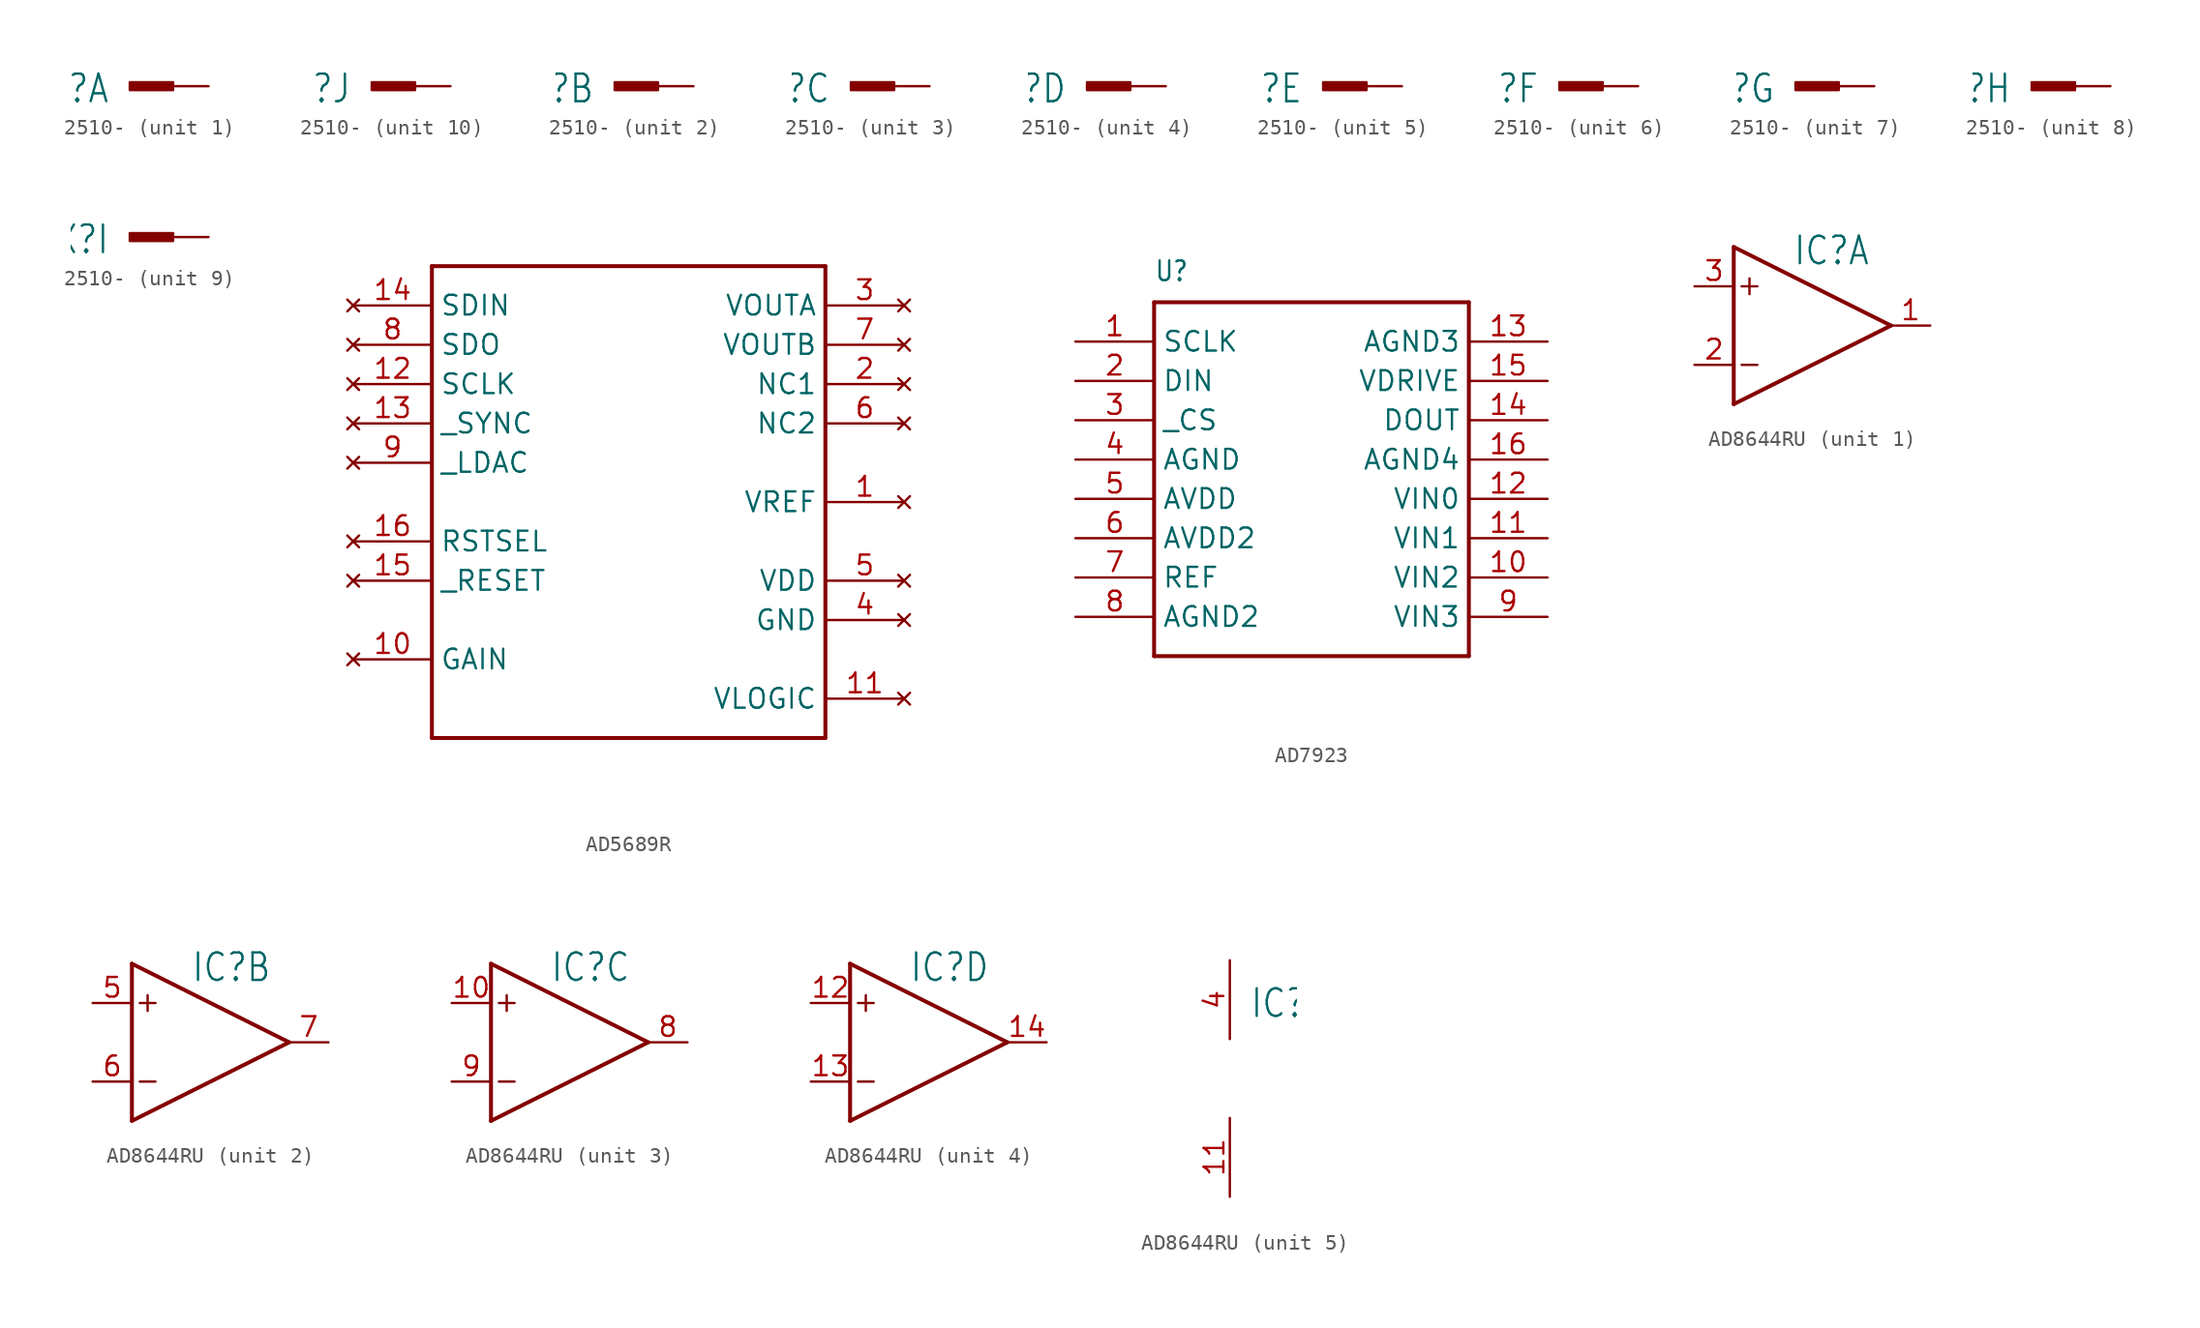
<source format=kicad_sym>
(kicad_symbol_lib
  (version 20231120)
  (generator "kicad_symbol_editor")
  (generator_version "8.0")
  (symbol "2510-"
    (property "Reference" "X"
      (at -1.27 0.889 0)
      (effects (font (size 1.778 1.511)) (justify right top)))
    (property "ki_locked" ""
      (at 0 0 0)
      (effects (font (size 1.27 1.27))))
    (symbol "2510-_1_0"
      (rectangle (start 0 -0.254) (end 2.794 0.254) (stroke (width 0) (type default)) (fill (type outline)))
      (pin passive line (at 5.08 0 180) (length 2.54) (name "KL" (effects (font (size 0 0)))) (number "1" (effects (font (size 0 0))))))
    (symbol "2510-_2_0"
      (rectangle (start 0 -0.254) (end 2.794 0.254) (stroke (width 0) (type default)) (fill (type outline)))
      (pin passive line (at 5.08 0 180) (length 2.54) (name "KL" (effects (font (size 0 0)))) (number "2" (effects (font (size 0 0))))))
    (symbol "2510-_3_0"
      (rectangle (start 0 -0.254) (end 2.794 0.254) (stroke (width 0) (type default)) (fill (type outline)))
      (pin passive line (at 5.08 0 180) (length 2.54) (name "KL" (effects (font (size 0 0)))) (number "3" (effects (font (size 0 0))))))
    (symbol "2510-_4_0"
      (rectangle (start 0 -0.254) (end 2.794 0.254) (stroke (width 0) (type default)) (fill (type outline)))
      (pin passive line (at 5.08 0 180) (length 2.54) (name "KL" (effects (font (size 0 0)))) (number "4" (effects (font (size 0 0))))))
    (symbol "2510-_5_0"
      (rectangle (start 0 -0.254) (end 2.794 0.254) (stroke (width 0) (type default)) (fill (type outline)))
      (pin passive line (at 5.08 0 180) (length 2.54) (name "KL" (effects (font (size 0 0)))) (number "5" (effects (font (size 0 0))))))
    (symbol "2510-_6_0"
      (rectangle (start 0 -0.254) (end 2.794 0.254) (stroke (width 0) (type default)) (fill (type outline)))
      (pin passive line (at 5.08 0 180) (length 2.54) (name "KL" (effects (font (size 0 0)))) (number "6" (effects (font (size 0 0))))))
    (symbol "2510-_7_0"
      (rectangle (start 0 -0.254) (end 2.794 0.254) (stroke (width 0) (type default)) (fill (type outline)))
      (pin passive line (at 5.08 0 180) (length 2.54) (name "KL" (effects (font (size 0 0)))) (number "7" (effects (font (size 0 0))))))
    (symbol "2510-_8_0"
      (rectangle (start 0 -0.254) (end 2.794 0.254) (stroke (width 0) (type default)) (fill (type outline)))
      (pin passive line (at 5.08 0 180) (length 2.54) (name "KL" (effects (font (size 0 0)))) (number "8" (effects (font (size 0 0))))))
    (symbol "2510-_9_0"
      (rectangle (start 0 -0.254) (end 2.794 0.254) (stroke (width 0) (type default)) (fill (type outline)))
      (pin passive line (at 5.08 0 180) (length 2.54) (name "KL" (effects (font (size 0 0)))) (number "9" (effects (font (size 0 0))))))
    (symbol "2510-_10_0"
      (rectangle (start 0 -0.254) (end 2.794 0.254) (stroke (width 0) (type default)) (fill (type outline)))
      (pin passive line (at 5.08 0 180) (length 2.54) (name "KL" (effects (font (size 0 0)))) (number "10" (effects (font (size 0 0)))))))
  (symbol "AD5689R"
    (property "Reference" ""
      (at -25.4 21.59 0)
      (effects (font (size 1.27 1.079)) (justify left bottom) (hide yes)))
    (property "Value" ""
      (at -25.4 -12.7 0)
      (effects (font (size 1.27 1.079)) (justify left bottom)))
    (property "ki_locked" ""
      (at 0 0 0)
      (effects (font (size 1.27 1.27))))
    (symbol "AD5689R_1_0"
      (polyline (pts (xy -25.4 -10.16) (xy -25.4 20.32)) (stroke (width 0.254) (type solid)) (fill (type none)))
      (polyline (pts (xy -25.4 20.32) (xy 0 20.32)) (stroke (width 0.254) (type solid)) (fill (type none)))
      (polyline (pts (xy 0 -10.16) (xy -25.4 -10.16)) (stroke (width 0.254) (type solid)) (fill (type none)))
      (polyline (pts (xy 0 20.32) (xy 0 -10.16)) (stroke (width 0.254) (type solid)) (fill (type none)))
      (pin no_connect line (at 5.08 5.08 180) (length 5.08) (name "VREF" (effects (font (size 1.27 1.27)))) (number "1" (effects (font (size 1.27 1.27)))))
      (pin no_connect line (at -30.48 -5.08 0) (length 5.08) (name "GAIN" (effects (font (size 1.27 1.27)))) (number "10" (effects (font (size 1.27 1.27)))))
      (pin no_connect line (at 5.08 -7.62 180) (length 5.08) (name "VLOGIC" (effects (font (size 1.27 1.27)))) (number "11" (effects (font (size 1.27 1.27)))))
      (pin no_connect line (at -30.48 12.7 0) (length 5.08) (name "SCLK" (effects (font (size 1.27 1.27)))) (number "12" (effects (font (size 1.27 1.27)))))
      (pin no_connect line (at -30.48 10.16 0) (length 5.08) (name "_SYNC" (effects (font (size 1.27 1.27)))) (number "13" (effects (font (size 1.27 1.27)))))
      (pin no_connect line (at -30.48 17.78 0) (length 5.08) (name "SDIN" (effects (font (size 1.27 1.27)))) (number "14" (effects (font (size 1.27 1.27)))))
      (pin no_connect line (at -30.48 0 0) (length 5.08) (name "_RESET" (effects (font (size 1.27 1.27)))) (number "15" (effects (font (size 1.27 1.27)))))
      (pin no_connect line (at -30.48 2.54 0) (length 5.08) (name "RSTSEL" (effects (font (size 1.27 1.27)))) (number "16" (effects (font (size 1.27 1.27)))))
      (pin no_connect line (at 5.08 12.7 180) (length 5.08) (name "NC1" (effects (font (size 1.27 1.27)))) (number "2" (effects (font (size 1.27 1.27)))))
      (pin no_connect line (at 5.08 17.78 180) (length 5.08) (name "VOUTA" (effects (font (size 1.27 1.27)))) (number "3" (effects (font (size 1.27 1.27)))))
      (pin no_connect line (at 5.08 -2.54 180) (length 5.08) (name "GND" (effects (font (size 1.27 1.27)))) (number "4" (effects (font (size 1.27 1.27)))))
      (pin no_connect line (at 5.08 0 180) (length 5.08) (name "VDD" (effects (font (size 1.27 1.27)))) (number "5" (effects (font (size 1.27 1.27)))))
      (pin no_connect line (at 5.08 10.16 180) (length 5.08) (name "NC2" (effects (font (size 1.27 1.27)))) (number "6" (effects (font (size 1.27 1.27)))))
      (pin no_connect line (at 5.08 15.24 180) (length 5.08) (name "VOUTB" (effects (font (size 1.27 1.27)))) (number "7" (effects (font (size 1.27 1.27)))))
      (pin no_connect line (at -30.48 15.24 0) (length 5.08) (name "SDO" (effects (font (size 1.27 1.27)))) (number "8" (effects (font (size 1.27 1.27)))))
      (pin no_connect line (at -30.48 7.62 0) (length 5.08) (name "_LDAC" (effects (font (size 1.27 1.27)))) (number "9" (effects (font (size 1.27 1.27)))))))
  (symbol "AD7923"
    (property "Reference" "U"
      (at -10.16 11.43 0)
      (effects (font (size 1.27 1.079)) (justify left bottom)))
    (property "Value" ""
      (at -10.16 -15.24 0)
      (effects (font (size 1.27 1.079)) (justify left bottom)))
    (property "ki_locked" ""
      (at 0 0 0)
      (effects (font (size 1.27 1.27))))
    (symbol "AD7923_1_0"
      (polyline (pts (xy -10.16 -12.7) (xy 10.16 -12.7)) (stroke (width 0.254) (type solid)) (fill (type none)))
      (polyline (pts (xy -10.16 10.16) (xy -10.16 -12.7)) (stroke (width 0.254) (type solid)) (fill (type none)))
      (polyline (pts (xy 10.16 -12.7) (xy 10.16 10.16)) (stroke (width 0.254) (type solid)) (fill (type none)))
      (polyline (pts (xy 10.16 10.16) (xy -10.16 10.16)) (stroke (width 0.254) (type solid)) (fill (type none)))
      (pin bidirectional line (at -15.24 7.62 0) (length 5.08) (name "SCLK" (effects (font (size 1.27 1.27)))) (number "1" (effects (font (size 1.27 1.27)))))
      (pin bidirectional line (at 15.24 -7.62 180) (length 5.08) (name "VIN2" (effects (font (size 1.27 1.27)))) (number "10" (effects (font (size 1.27 1.27)))))
      (pin bidirectional line (at 15.24 -5.08 180) (length 5.08) (name "VIN1" (effects (font (size 1.27 1.27)))) (number "11" (effects (font (size 1.27 1.27)))))
      (pin bidirectional line (at 15.24 -2.54 180) (length 5.08) (name "VIN0" (effects (font (size 1.27 1.27)))) (number "12" (effects (font (size 1.27 1.27)))))
      (pin bidirectional line (at 15.24 7.62 180) (length 5.08) (name "AGND3" (effects (font (size 1.27 1.27)))) (number "13" (effects (font (size 1.27 1.27)))))
      (pin bidirectional line (at 15.24 2.54 180) (length 5.08) (name "DOUT" (effects (font (size 1.27 1.27)))) (number "14" (effects (font (size 1.27 1.27)))))
      (pin bidirectional line (at 15.24 5.08 180) (length 5.08) (name "VDRIVE" (effects (font (size 1.27 1.27)))) (number "15" (effects (font (size 1.27 1.27)))))
      (pin bidirectional line (at 15.24 0 180) (length 5.08) (name "AGND4" (effects (font (size 1.27 1.27)))) (number "16" (effects (font (size 1.27 1.27)))))
      (pin bidirectional line (at -15.24 5.08 0) (length 5.08) (name "DIN" (effects (font (size 1.27 1.27)))) (number "2" (effects (font (size 1.27 1.27)))))
      (pin bidirectional line (at -15.24 2.54 0) (length 5.08) (name "_CS" (effects (font (size 1.27 1.27)))) (number "3" (effects (font (size 1.27 1.27)))))
      (pin bidirectional line (at -15.24 0 0) (length 5.08) (name "AGND" (effects (font (size 1.27 1.27)))) (number "4" (effects (font (size 1.27 1.27)))))
      (pin bidirectional line (at -15.24 -2.54 0) (length 5.08) (name "AVDD" (effects (font (size 1.27 1.27)))) (number "5" (effects (font (size 1.27 1.27)))))
      (pin bidirectional line (at -15.24 -5.08 0) (length 5.08) (name "AVDD2" (effects (font (size 1.27 1.27)))) (number "6" (effects (font (size 1.27 1.27)))))
      (pin bidirectional line (at -15.24 -7.62 0) (length 5.08) (name "REF" (effects (font (size 1.27 1.27)))) (number "7" (effects (font (size 1.27 1.27)))))
      (pin bidirectional line (at -15.24 -10.16 0) (length 5.08) (name "AGND2" (effects (font (size 1.27 1.27)))) (number "8" (effects (font (size 1.27 1.27)))))
      (pin bidirectional line (at 15.24 -10.16 180) (length 5.08) (name "VIN3" (effects (font (size 1.27 1.27)))) (number "9" (effects (font (size 1.27 1.27)))))))
  (symbol "AD8644RU"
    (property "Reference" "IC"
      (at 1.27 3.81 0)
      (effects (font (size 1.778 1.511)) (justify left bottom)))
    (property "Value" ""
      (at 1.27 -5.08 0)
      (effects (font (size 1.778 1.511)) (justify left bottom)))
    (property "ki_locked" ""
      (at 0 0 0)
      (effects (font (size 1.27 1.27))))
    (symbol "AD8644RU_1_0"
      (polyline (pts (xy -2.54 -5.08) (xy 7.62 0)) (stroke (width 0.254) (type solid)) (fill (type none)))
      (polyline (pts (xy -2.54 5.08) (xy -2.54 -5.08)) (stroke (width 0.254) (type solid)) (fill (type none)))
      (polyline (pts (xy -2.032 -2.54) (xy -1.016 -2.54)) (stroke (width 0.152) (type solid)) (fill (type none)))
      (polyline (pts (xy -2.032 2.54) (xy -1.016 2.54)) (stroke (width 0.152) (type solid)) (fill (type none)))
      (polyline (pts (xy -1.524 3.048) (xy -1.524 2.032)) (stroke (width 0.152) (type solid)) (fill (type none)))
      (polyline (pts (xy 7.62 0) (xy -2.54 5.08)) (stroke (width 0.254) (type solid)) (fill (type none)))
      (pin output line (at 10.16 0 180) (length 2.54) (name "OUT" (effects (font (size 0 0)))) (number "1" (effects (font (size 1.27 1.27)))))
      (pin input line (at -5.08 -2.54 0) (length 2.54) (name "IN-" (effects (font (size 0 0)))) (number "2" (effects (font (size 1.27 1.27)))))
      (pin input line (at -5.08 2.54 0) (length 2.54) (name "IN+" (effects (font (size 0 0)))) (number "3" (effects (font (size 1.27 1.27))))))
    (symbol "AD8644RU_2_0"
      (polyline (pts (xy -2.54 -5.08) (xy 7.62 0)) (stroke (width 0.254) (type solid)) (fill (type none)))
      (polyline (pts (xy -2.54 5.08) (xy -2.54 -5.08)) (stroke (width 0.254) (type solid)) (fill (type none)))
      (polyline (pts (xy -2.032 -2.54) (xy -1.016 -2.54)) (stroke (width 0.152) (type solid)) (fill (type none)))
      (polyline (pts (xy -2.032 2.54) (xy -1.016 2.54)) (stroke (width 0.152) (type solid)) (fill (type none)))
      (polyline (pts (xy -1.524 3.048) (xy -1.524 2.032)) (stroke (width 0.152) (type solid)) (fill (type none)))
      (polyline (pts (xy 7.62 0) (xy -2.54 5.08)) (stroke (width 0.254) (type solid)) (fill (type none)))
      (pin input line (at -5.08 2.54 0) (length 2.54) (name "IN+" (effects (font (size 0 0)))) (number "5" (effects (font (size 1.27 1.27)))))
      (pin input line (at -5.08 -2.54 0) (length 2.54) (name "IN-" (effects (font (size 0 0)))) (number "6" (effects (font (size 1.27 1.27)))))
      (pin output line (at 10.16 0 180) (length 2.54) (name "OUT" (effects (font (size 0 0)))) (number "7" (effects (font (size 1.27 1.27))))))
    (symbol "AD8644RU_3_0"
      (polyline (pts (xy -2.54 -5.08) (xy 7.62 0)) (stroke (width 0.254) (type solid)) (fill (type none)))
      (polyline (pts (xy -2.54 5.08) (xy -2.54 -5.08)) (stroke (width 0.254) (type solid)) (fill (type none)))
      (polyline (pts (xy -2.032 -2.54) (xy -1.016 -2.54)) (stroke (width 0.152) (type solid)) (fill (type none)))
      (polyline (pts (xy -2.032 2.54) (xy -1.016 2.54)) (stroke (width 0.152) (type solid)) (fill (type none)))
      (polyline (pts (xy -1.524 3.048) (xy -1.524 2.032)) (stroke (width 0.152) (type solid)) (fill (type none)))
      (polyline (pts (xy 7.62 0) (xy -2.54 5.08)) (stroke (width 0.254) (type solid)) (fill (type none)))
      (pin input line (at -5.08 2.54 0) (length 2.54) (name "IN+" (effects (font (size 0 0)))) (number "10" (effects (font (size 1.27 1.27)))))
      (pin output line (at 10.16 0 180) (length 2.54) (name "OUT" (effects (font (size 0 0)))) (number "8" (effects (font (size 1.27 1.27)))))
      (pin input line (at -5.08 -2.54 0) (length 2.54) (name "IN-" (effects (font (size 0 0)))) (number "9" (effects (font (size 1.27 1.27))))))
    (symbol "AD8644RU_4_0"
      (polyline (pts (xy -2.54 -5.08) (xy 7.62 0)) (stroke (width 0.254) (type solid)) (fill (type none)))
      (polyline (pts (xy -2.54 5.08) (xy -2.54 -5.08)) (stroke (width 0.254) (type solid)) (fill (type none)))
      (polyline (pts (xy -2.032 -2.54) (xy -1.016 -2.54)) (stroke (width 0.152) (type solid)) (fill (type none)))
      (polyline (pts (xy -2.032 2.54) (xy -1.016 2.54)) (stroke (width 0.152) (type solid)) (fill (type none)))
      (polyline (pts (xy -1.524 3.048) (xy -1.524 2.032)) (stroke (width 0.152) (type solid)) (fill (type none)))
      (polyline (pts (xy 7.62 0) (xy -2.54 5.08)) (stroke (width 0.254) (type solid)) (fill (type none)))
      (pin input line (at -5.08 2.54 0) (length 2.54) (name "IN+" (effects (font (size 0 0)))) (number "12" (effects (font (size 1.27 1.27)))))
      (pin input line (at -5.08 -2.54 0) (length 2.54) (name "IN-" (effects (font (size 0 0)))) (number "13" (effects (font (size 1.27 1.27)))))
      (pin output line (at 10.16 0 180) (length 2.54) (name "OUT" (effects (font (size 0 0)))) (number "14" (effects (font (size 1.27 1.27))))))
    (symbol "AD8644RU_5_0"
      (pin power_in line (at 0 -7.62 90) (length 5.08) (name "V-" (effects (font (size 0 0)))) (number "11" (effects (font (size 1.27 1.27)))))
      (pin power_in line (at 0 7.62 270) (length 5.08) (name "V+" (effects (font (size 0 0)))) (number "4" (effects (font (size 1.27 1.27))))))))
</source>
